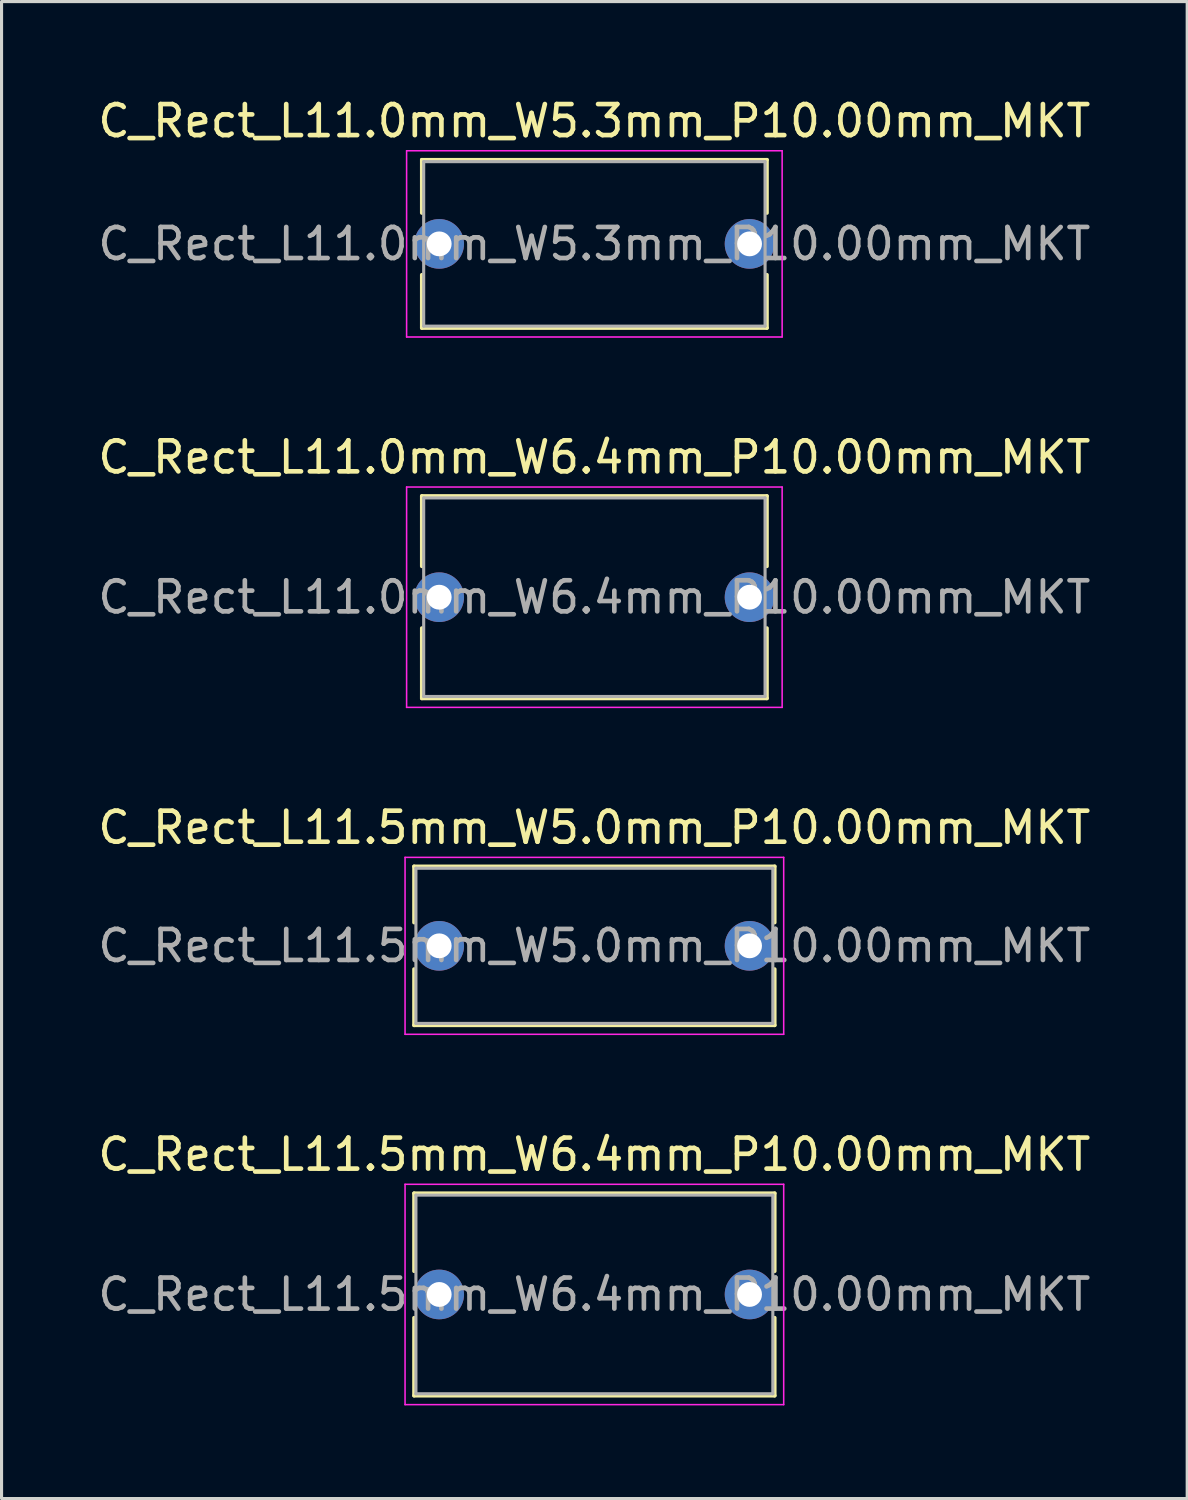
<source format=kicad_pcb>
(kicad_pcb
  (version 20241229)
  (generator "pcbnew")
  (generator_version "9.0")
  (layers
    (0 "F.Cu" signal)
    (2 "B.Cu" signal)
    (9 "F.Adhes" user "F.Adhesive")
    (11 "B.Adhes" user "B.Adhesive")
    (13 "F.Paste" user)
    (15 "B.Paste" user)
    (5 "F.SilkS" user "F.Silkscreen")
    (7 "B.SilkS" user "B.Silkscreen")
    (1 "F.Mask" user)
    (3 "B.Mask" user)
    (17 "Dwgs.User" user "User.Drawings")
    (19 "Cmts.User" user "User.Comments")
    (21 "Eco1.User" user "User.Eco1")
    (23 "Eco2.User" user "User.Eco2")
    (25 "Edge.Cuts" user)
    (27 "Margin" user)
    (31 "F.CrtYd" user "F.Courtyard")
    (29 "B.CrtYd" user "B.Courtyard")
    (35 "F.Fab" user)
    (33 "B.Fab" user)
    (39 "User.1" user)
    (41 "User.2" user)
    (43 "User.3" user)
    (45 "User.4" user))
  (footprint "C_Rect_L11.0mm_W5.3mm_P10.00mm_MKT"
    (layer "F.Cu")
    (at 11.101 4.808)
    (property "Reference" "C_Rect_L11.0mm_W5.3mm_P10.00mm_MKT" (at 5 -3.96 0) (layer "F.SilkS") (effects (font (size 1 1) (thickness 0.15))))
    (attr through_hole)
    (fp_line (start -0.56 -2.71) (end -0.56 -0.996) (stroke (width 0.12) (type solid)) (layer "F.SilkS"))
    (fp_line (start -0.56 -2.71) (end 10.56 -2.71) (stroke (width 0.12) (type solid)) (layer "F.SilkS"))
    (fp_line (start -0.56 0.996) (end -0.56 2.71) (stroke (width 0.12) (type solid)) (layer "F.SilkS"))
    (fp_line (start -0.56 2.71) (end 10.56 2.71) (stroke (width 0.12) (type solid)) (layer "F.SilkS"))
    (fp_line (start 10.56 -2.71) (end 10.56 -0.996) (stroke (width 0.12) (type solid)) (layer "F.SilkS"))
    (fp_line (start 10.56 0.996) (end 10.56 2.71) (stroke (width 0.12) (type solid)) (layer "F.SilkS"))
    (fp_line (start -1.05 -3) (end -1.05 3) (stroke (width 0.05) (type solid)) (layer "F.CrtYd"))
    (fp_line (start -1.05 3) (end 11.05 3) (stroke (width 0.05) (type solid)) (layer "F.CrtYd"))
    (fp_line (start 11.05 -3) (end -1.05 -3) (stroke (width 0.05) (type solid)) (layer "F.CrtYd"))
    (fp_line (start 11.05 3) (end 11.05 -3) (stroke (width 0.05) (type solid)) (layer "F.CrtYd"))
    (fp_line (start -0.5 -2.65) (end -0.5 2.65) (stroke (width 0.1) (type solid)) (layer "F.Fab"))
    (fp_line (start -0.5 2.65) (end 10.5 2.65) (stroke (width 0.1) (type solid)) (layer "F.Fab"))
    (fp_line (start 10.5 -2.65) (end -0.5 -2.65) (stroke (width 0.1) (type solid)) (layer "F.Fab"))
    (fp_line (start 10.5 2.65) (end 10.5 -2.65) (stroke (width 0.1) (type solid)) (layer "F.Fab"))
    (fp_text user "${REFERENCE}" (at 5 0 0) (layer "F.Fab") (effects (font (size 1 1) (thickness 0.15))))
    (pad "1" thru_hole circle (at 0 0) (size 1.6 1.6) (drill 0.8) (layers "*.Cu" "*.Mask"))
    (pad "2" thru_hole circle (at 10 0) (size 1.6 1.6) (drill 0.8) (layers "*.Cu" "*.Mask")))
  (footprint "C_Rect_L11.5mm_W6.4mm_P10.00mm_MKT"
    (layer "F.Cu")
    (at 11.101 38.658)
    (property "Reference" "C_Rect_L11.5mm_W6.4mm_P10.00mm_MKT" (at 5 -4.51 0) (layer "F.SilkS") (effects (font (size 1 1) (thickness 0.15))))
    (attr through_hole)
    (fp_line (start -0.81 -3.26) (end -0.81 -0.75) (stroke (width 0.12) (type solid)) (layer "F.SilkS"))
    (fp_line (start -0.81 -3.26) (end 10.81 -3.26) (stroke (width 0.12) (type solid)) (layer "F.SilkS"))
    (fp_line (start -0.81 0.75) (end -0.81 3.26) (stroke (width 0.12) (type solid)) (layer "F.SilkS"))
    (fp_line (start -0.81 3.26) (end 10.81 3.26) (stroke (width 0.12) (type solid)) (layer "F.SilkS"))
    (fp_line (start 10.81 -3.26) (end 10.81 -0.75) (stroke (width 0.12) (type solid)) (layer "F.SilkS"))
    (fp_line (start 10.81 0.75) (end 10.81 3.26) (stroke (width 0.12) (type solid)) (layer "F.SilkS"))
    (fp_line (start -1.1 -3.55) (end -1.1 3.55) (stroke (width 0.05) (type solid)) (layer "F.CrtYd"))
    (fp_line (start -1.1 3.55) (end 11.1 3.55) (stroke (width 0.05) (type solid)) (layer "F.CrtYd"))
    (fp_line (start 11.1 -3.55) (end -1.1 -3.55) (stroke (width 0.05) (type solid)) (layer "F.CrtYd"))
    (fp_line (start 11.1 3.55) (end 11.1 -3.55) (stroke (width 0.05) (type solid)) (layer "F.CrtYd"))
    (fp_line (start -0.75 -3.2) (end -0.75 3.2) (stroke (width 0.1) (type solid)) (layer "F.Fab"))
    (fp_line (start -0.75 3.2) (end 10.75 3.2) (stroke (width 0.1) (type solid)) (layer "F.Fab"))
    (fp_line (start 10.75 -3.2) (end -0.75 -3.2) (stroke (width 0.1) (type solid)) (layer "F.Fab"))
    (fp_line (start 10.75 3.2) (end 10.75 -3.2) (stroke (width 0.1) (type solid)) (layer "F.Fab"))
    (fp_text user "${REFERENCE}" (at 5 0 0) (layer "F.Fab") (effects (font (size 1 1) (thickness 0.15))))
    (pad "1" thru_hole circle (at 0 0) (size 1.6 1.6) (drill 0.8) (layers "*.Cu" "*.Mask"))
    (pad "2" thru_hole circle (at 10 0) (size 1.6 1.6) (drill 0.8) (layers "*.Cu" "*.Mask")))
  (footprint "C_Rect_L11.5mm_W5.0mm_P10.00mm_MKT"
    (layer "F.Cu")
    (at 11.101 27.425)
    (property "Reference" "C_Rect_L11.5mm_W5.0mm_P10.00mm_MKT" (at 5 -3.81 0) (layer "F.SilkS") (effects (font (size 1 1) (thickness 0.15))))
    (attr through_hole)
    (fp_line (start -0.81 -2.56) (end -0.81 -0.75) (stroke (width 0.12) (type solid)) (layer "F.SilkS"))
    (fp_line (start -0.81 -2.56) (end 10.81 -2.56) (stroke (width 0.12) (type solid)) (layer "F.SilkS"))
    (fp_line (start -0.81 0.75) (end -0.81 2.56) (stroke (width 0.12) (type solid)) (layer "F.SilkS"))
    (fp_line (start -0.81 2.56) (end 10.81 2.56) (stroke (width 0.12) (type solid)) (layer "F.SilkS"))
    (fp_line (start 10.81 -2.56) (end 10.81 -0.75) (stroke (width 0.12) (type solid)) (layer "F.SilkS"))
    (fp_line (start 10.81 0.75) (end 10.81 2.56) (stroke (width 0.12) (type solid)) (layer "F.SilkS"))
    (fp_line (start -1.1 -2.85) (end -1.1 2.85) (stroke (width 0.05) (type solid)) (layer "F.CrtYd"))
    (fp_line (start -1.1 2.85) (end 11.1 2.85) (stroke (width 0.05) (type solid)) (layer "F.CrtYd"))
    (fp_line (start 11.1 -2.85) (end -1.1 -2.85) (stroke (width 0.05) (type solid)) (layer "F.CrtYd"))
    (fp_line (start 11.1 2.85) (end 11.1 -2.85) (stroke (width 0.05) (type solid)) (layer "F.CrtYd"))
    (fp_line (start -0.75 -2.5) (end -0.75 2.5) (stroke (width 0.1) (type solid)) (layer "F.Fab"))
    (fp_line (start -0.75 2.5) (end 10.75 2.5) (stroke (width 0.1) (type solid)) (layer "F.Fab"))
    (fp_line (start 10.75 -2.5) (end -0.75 -2.5) (stroke (width 0.1) (type solid)) (layer "F.Fab"))
    (fp_line (start 10.75 2.5) (end 10.75 -2.5) (stroke (width 0.1) (type solid)) (layer "F.Fab"))
    (fp_text user "${REFERENCE}" (at 5 0 0) (layer "F.Fab") (effects (font (size 1 1) (thickness 0.15))))
    (pad "1" thru_hole circle (at 0 0) (size 1.6 1.6) (drill 0.8) (layers "*.Cu" "*.Mask"))
    (pad "2" thru_hole circle (at 10 0) (size 1.6 1.6) (drill 0.8) (layers "*.Cu" "*.Mask")))
  (footprint "C_Rect_L11.0mm_W6.4mm_P10.00mm_MKT"
    (layer "F.Cu")
    (at 11.101 16.192)
    (property "Reference" "C_Rect_L11.0mm_W6.4mm_P10.00mm_MKT" (at 5 -4.51 0) (layer "F.SilkS") (effects (font (size 1 1) (thickness 0.15))))
    (attr through_hole)
    (fp_line (start -0.56 -3.26) (end -0.56 -0.996) (stroke (width 0.12) (type solid)) (layer "F.SilkS"))
    (fp_line (start -0.56 -3.26) (end 10.56 -3.26) (stroke (width 0.12) (type solid)) (layer "F.SilkS"))
    (fp_line (start -0.56 0.996) (end -0.56 3.26) (stroke (width 0.12) (type solid)) (layer "F.SilkS"))
    (fp_line (start -0.56 3.26) (end 10.56 3.26) (stroke (width 0.12) (type solid)) (layer "F.SilkS"))
    (fp_line (start 10.56 -3.26) (end 10.56 -0.996) (stroke (width 0.12) (type solid)) (layer "F.SilkS"))
    (fp_line (start 10.56 0.996) (end 10.56 3.26) (stroke (width 0.12) (type solid)) (layer "F.SilkS"))
    (fp_line (start -1.05 -3.55) (end -1.05 3.55) (stroke (width 0.05) (type solid)) (layer "F.CrtYd"))
    (fp_line (start -1.05 3.55) (end 11.05 3.55) (stroke (width 0.05) (type solid)) (layer "F.CrtYd"))
    (fp_line (start 11.05 -3.55) (end -1.05 -3.55) (stroke (width 0.05) (type solid)) (layer "F.CrtYd"))
    (fp_line (start 11.05 3.55) (end 11.05 -3.55) (stroke (width 0.05) (type solid)) (layer "F.CrtYd"))
    (fp_line (start -0.5 -3.2) (end -0.5 3.2) (stroke (width 0.1) (type solid)) (layer "F.Fab"))
    (fp_line (start -0.5 3.2) (end 10.5 3.2) (stroke (width 0.1) (type solid)) (layer "F.Fab"))
    (fp_line (start 10.5 -3.2) (end -0.5 -3.2) (stroke (width 0.1) (type solid)) (layer "F.Fab"))
    (fp_line (start 10.5 3.2) (end 10.5 -3.2) (stroke (width 0.1) (type solid)) (layer "F.Fab"))
    (fp_text user "${REFERENCE}" (at 5 0 0) (layer "F.Fab") (effects (font (size 1 1) (thickness 0.15))))
    (pad "1" thru_hole circle (at 0 0) (size 1.6 1.6) (drill 0.8) (layers "*.Cu" "*.Mask"))
    (pad "2" thru_hole circle (at 10 0) (size 1.6 1.6) (drill 0.8) (layers "*.Cu" "*.Mask")))
  (gr_rect
    (start -3 -3)
    (end 35.202 45.233)
    (stroke (width 0.1) (type default))
    (fill no)
    (layer "Edge.Cuts")))
</source>
